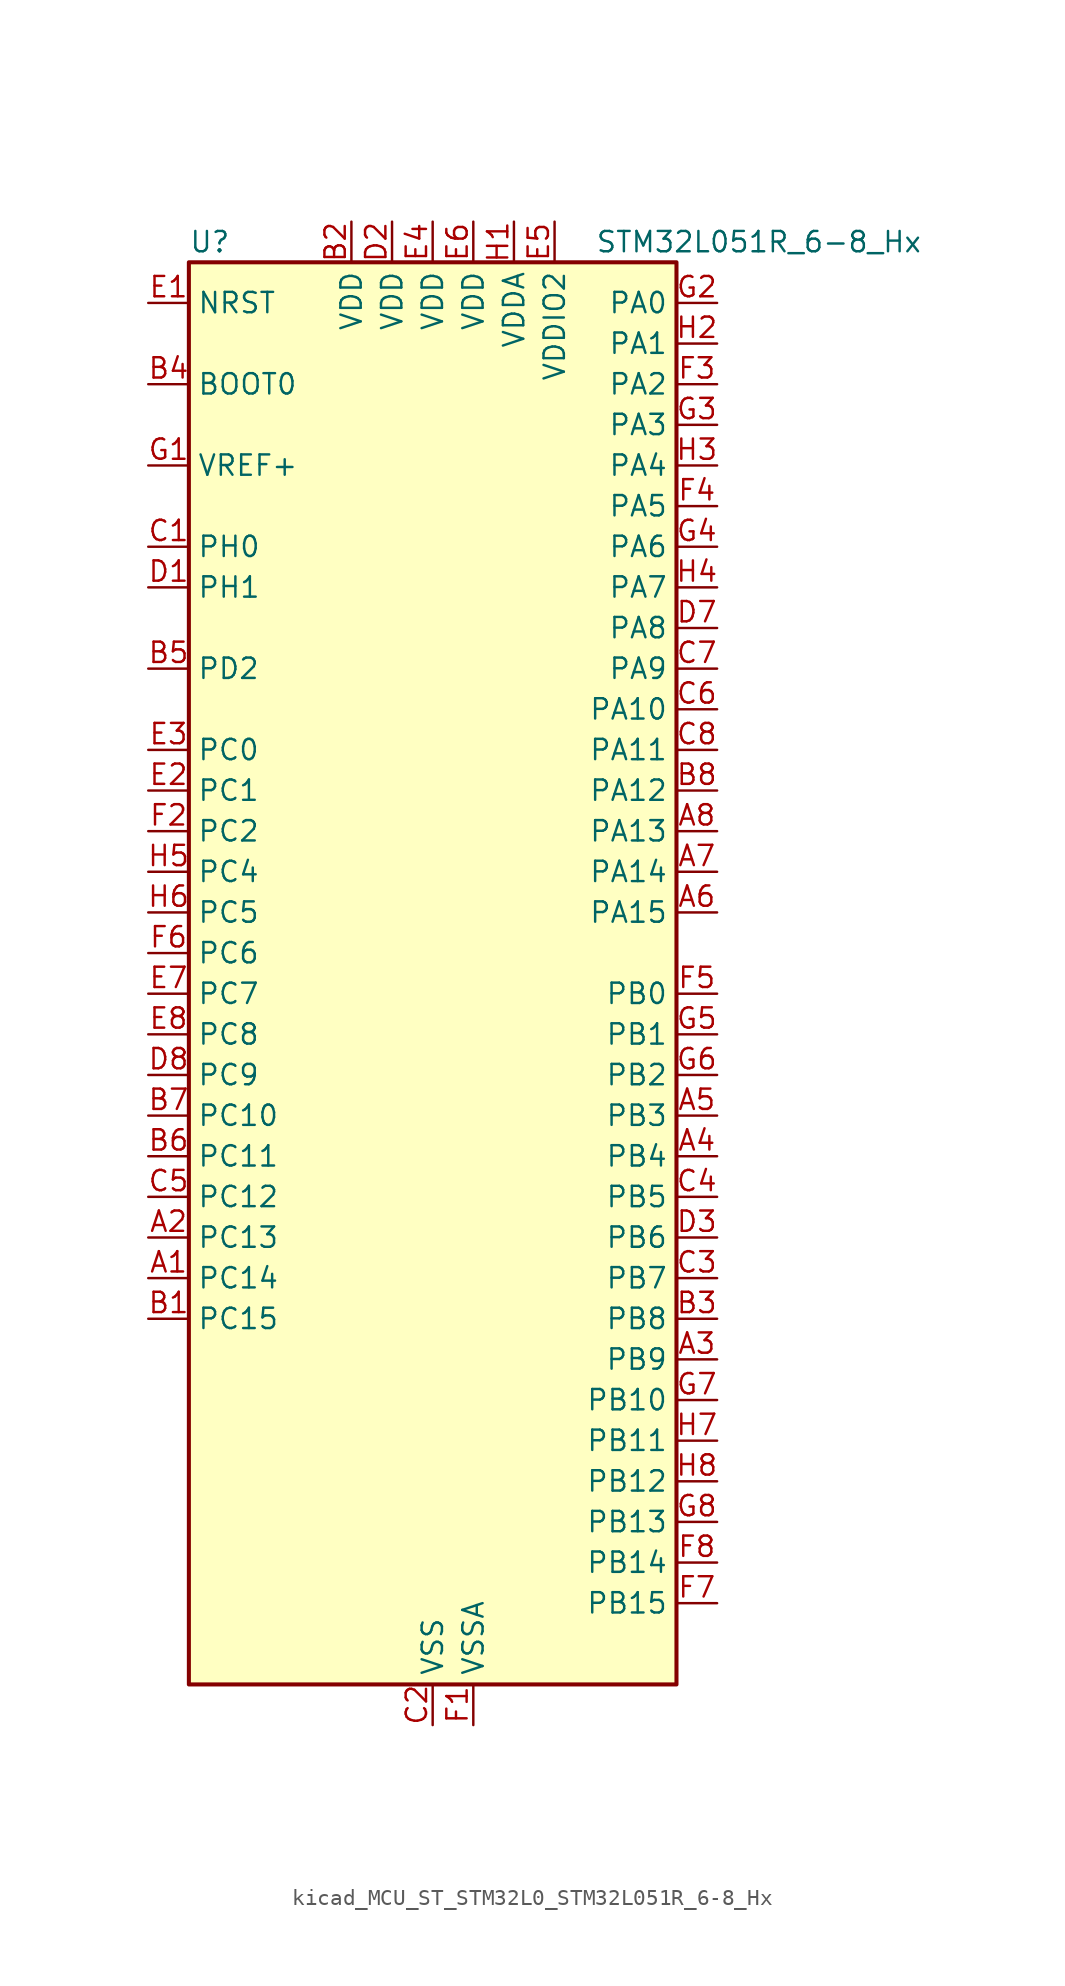
<source format=kicad_sym>
(kicad_symbol_lib
  (version 20220914)
  (generator kicad_symbol_editor)
  (symbol "kicad_MCU_ST_STM32L0_STM32L051R_6-8_Hx"
    (property "Reference" "U"
      (at -15.24 46.99 0)
      (effects (font (size 1.27 1.27)) (justify left)))
    (property "Value" "STM32L051R_6-8_Hx"
      (at 10.16 46.99 0)
      (effects (font (size 1.27 1.27)) (justify left)))
    (property "ki_locked" ""
      (at 0 0 0)
      (effects (font (size 1.27 1.27))))
    (symbol "kicad_MCU_ST_STM32L0_STM32L051R_6-8_Hx_0_1"
      (rectangle (start -15.24 -43.18) (end 15.24 45.72) (stroke (width 0.254) (type default)) (fill (type background))))
    (symbol "kicad_MCU_ST_STM32L0_STM32L051R_6-8_Hx_1_1"
      (pin bidirectional line (at -17.78 -17.78 0) (length 2.54) (name "PC14" (effects (font (size 1.27 1.27)))) (number "A1" (effects (font (size 1.27 1.27)))) (alternate "RCC_OSC32_IN" bidirectional line))
      (pin bidirectional line (at -17.78 -15.24 0) (length 2.54) (name "PC13" (effects (font (size 1.27 1.27)))) (number "A2" (effects (font (size 1.27 1.27)))) (alternate "RTC_OUT_ALARM" bidirectional line) (alternate "RTC_OUT_CALIB" bidirectional line) (alternate "RTC_TAMP1" bidirectional line) (alternate "RTC_TS" bidirectional line) (alternate "SYS_WKUP2" bidirectional line))
      (pin bidirectional line (at 17.78 -22.86 180) (length 2.54) (name "PB9" (effects (font (size 1.27 1.27)))) (number "A3" (effects (font (size 1.27 1.27)))) (alternate "I2C1_SDA" bidirectional line) (alternate "I2S2_WS" bidirectional line) (alternate "SPI2_NSS" bidirectional line))
      (pin bidirectional line (at 17.78 -10.16 180) (length 2.54) (name "PB4" (effects (font (size 1.27 1.27)))) (number "A4" (effects (font (size 1.27 1.27)))) (alternate "COMP2_INP" bidirectional line) (alternate "SPI1_MISO" bidirectional line) (alternate "TIM22_CH1" bidirectional line))
      (pin bidirectional line (at 17.78 -7.62 180) (length 2.54) (name "PB3" (effects (font (size 1.27 1.27)))) (number "A5" (effects (font (size 1.27 1.27)))) (alternate "COMP2_INM" bidirectional line) (alternate "SPI1_SCK" bidirectional line) (alternate "TIM2_CH2" bidirectional line))
      (pin bidirectional line (at 17.78 5.08 180) (length 2.54) (name "PA15" (effects (font (size 1.27 1.27)))) (number "A6" (effects (font (size 1.27 1.27)))) (alternate "SPI1_NSS" bidirectional line) (alternate "TIM2_CH1" bidirectional line) (alternate "TIM2_ETR" bidirectional line) (alternate "USART2_RX" bidirectional line))
      (pin bidirectional line (at 17.78 7.62 180) (length 2.54) (name "PA14" (effects (font (size 1.27 1.27)))) (number "A7" (effects (font (size 1.27 1.27)))) (alternate "SYS_SWCLK" bidirectional line) (alternate "USART2_TX" bidirectional line))
      (pin bidirectional line (at 17.78 10.16 180) (length 2.54) (name "PA13" (effects (font (size 1.27 1.27)))) (number "A8" (effects (font (size 1.27 1.27)))) (alternate "SYS_SWDIO" bidirectional line))
      (pin bidirectional line (at -17.78 -20.32 0) (length 2.54) (name "PC15" (effects (font (size 1.27 1.27)))) (number "B1" (effects (font (size 1.27 1.27)))) (alternate "RCC_OSC32_OUT" bidirectional line))
      (pin power_in line (at -5.08 48.26 270) (length 2.54) (name "VDD" (effects (font (size 1.27 1.27)))) (number "B2" (effects (font (size 1.27 1.27)))))
      (pin bidirectional line (at 17.78 -20.32 180) (length 2.54) (name "PB8" (effects (font (size 1.27 1.27)))) (number "B3" (effects (font (size 1.27 1.27)))) (alternate "I2C1_SCL" bidirectional line))
      (pin input line (at -17.78 38.1 0) (length 2.54) (name "BOOT0" (effects (font (size 1.27 1.27)))) (number "B4" (effects (font (size 1.27 1.27)))))
      (pin bidirectional line (at -17.78 20.32 0) (length 2.54) (name "PD2" (effects (font (size 1.27 1.27)))) (number "B5" (effects (font (size 1.27 1.27)))) (alternate "LPUART1_DE" bidirectional line) (alternate "LPUART1_RTS" bidirectional line))
      (pin bidirectional line (at -17.78 -10.16 0) (length 2.54) (name "PC11" (effects (font (size 1.27 1.27)))) (number "B6" (effects (font (size 1.27 1.27)))) (alternate "ADC_EXTI11" bidirectional line) (alternate "LPUART1_RX" bidirectional line))
      (pin bidirectional line (at -17.78 -7.62 0) (length 2.54) (name "PC10" (effects (font (size 1.27 1.27)))) (number "B7" (effects (font (size 1.27 1.27)))) (alternate "LPUART1_TX" bidirectional line))
      (pin bidirectional line (at 17.78 12.7 180) (length 2.54) (name "PA12" (effects (font (size 1.27 1.27)))) (number "B8" (effects (font (size 1.27 1.27)))) (alternate "COMP2_OUT" bidirectional line) (alternate "SPI1_MOSI" bidirectional line) (alternate "USART1_DE" bidirectional line) (alternate "USART1_RTS" bidirectional line))
      (pin bidirectional line (at -17.78 27.94 0) (length 2.54) (name "PH0" (effects (font (size 1.27 1.27)))) (number "C1" (effects (font (size 1.27 1.27)))) (alternate "RCC_OSC_IN" bidirectional line))
      (pin power_in line (at 0 -45.72 90) (length 2.54) (name "VSS" (effects (font (size 1.27 1.27)))) (number "C2" (effects (font (size 1.27 1.27)))))
      (pin bidirectional line (at 17.78 -17.78 180) (length 2.54) (name "PB7" (effects (font (size 1.27 1.27)))) (number "C3" (effects (font (size 1.27 1.27)))) (alternate "COMP2_INP" bidirectional line) (alternate "I2C1_SDA" bidirectional line) (alternate "LPTIM1_IN2" bidirectional line) (alternate "SYS_PVD_IN" bidirectional line) (alternate "USART1_RX" bidirectional line))
      (pin bidirectional line (at 17.78 -12.7 180) (length 2.54) (name "PB5" (effects (font (size 1.27 1.27)))) (number "C4" (effects (font (size 1.27 1.27)))) (alternate "COMP2_INP" bidirectional line) (alternate "I2C1_SMBA" bidirectional line) (alternate "LPTIM1_IN1" bidirectional line) (alternate "SPI1_MOSI" bidirectional line) (alternate "TIM22_CH2" bidirectional line))
      (pin bidirectional line (at -17.78 -12.7 0) (length 2.54) (name "PC12" (effects (font (size 1.27 1.27)))) (number "C5" (effects (font (size 1.27 1.27)))))
      (pin bidirectional line (at 17.78 17.78 180) (length 2.54) (name "PA10" (effects (font (size 1.27 1.27)))) (number "C6" (effects (font (size 1.27 1.27)))) (alternate "USART1_RX" bidirectional line))
      (pin bidirectional line (at 17.78 20.32 180) (length 2.54) (name "PA9" (effects (font (size 1.27 1.27)))) (number "C7" (effects (font (size 1.27 1.27)))) (alternate "RCC_MCO" bidirectional line) (alternate "USART1_TX" bidirectional line))
      (pin bidirectional line (at 17.78 15.24 180) (length 2.54) (name "PA11" (effects (font (size 1.27 1.27)))) (number "C8" (effects (font (size 1.27 1.27)))) (alternate "ADC_EXTI11" bidirectional line) (alternate "COMP1_OUT" bidirectional line) (alternate "SPI1_MISO" bidirectional line) (alternate "USART1_CTS" bidirectional line))
      (pin bidirectional line (at -17.78 25.4 0) (length 2.54) (name "PH1" (effects (font (size 1.27 1.27)))) (number "D1" (effects (font (size 1.27 1.27)))) (alternate "RCC_OSC_OUT" bidirectional line))
      (pin power_in line (at -2.54 48.26 270) (length 2.54) (name "VDD" (effects (font (size 1.27 1.27)))) (number "D2" (effects (font (size 1.27 1.27)))))
      (pin bidirectional line (at 17.78 -15.24 180) (length 2.54) (name "PB6" (effects (font (size 1.27 1.27)))) (number "D3" (effects (font (size 1.27 1.27)))) (alternate "COMP2_INP" bidirectional line) (alternate "I2C1_SCL" bidirectional line) (alternate "LPTIM1_ETR" bidirectional line) (alternate "USART1_TX" bidirectional line))
      (pin passive line (at 0 -45.72 90) (length 2.54) hide (name "VSS" (effects (font (size 1.27 1.27)))) (number "D4" (effects (font (size 1.27 1.27)))))
      (pin passive line (at 0 -45.72 90) (length 2.54) hide (name "VSS" (effects (font (size 1.27 1.27)))) (number "D5" (effects (font (size 1.27 1.27)))))
      (pin passive line (at 0 -45.72 90) (length 2.54) hide (name "VSS" (effects (font (size 1.27 1.27)))) (number "D6" (effects (font (size 1.27 1.27)))))
      (pin bidirectional line (at 17.78 22.86 180) (length 2.54) (name "PA8" (effects (font (size 1.27 1.27)))) (number "D7" (effects (font (size 1.27 1.27)))) (alternate "RCC_MCO" bidirectional line) (alternate "USART1_CK" bidirectional line))
      (pin bidirectional line (at -17.78 -5.08 0) (length 2.54) (name "PC9" (effects (font (size 1.27 1.27)))) (number "D8" (effects (font (size 1.27 1.27)))) (alternate "TIM21_ETR" bidirectional line))
      (pin input line (at -17.78 43.18 0) (length 2.54) (name "NRST" (effects (font (size 1.27 1.27)))) (number "E1" (effects (font (size 1.27 1.27)))))
      (pin bidirectional line (at -17.78 12.7 0) (length 2.54) (name "PC1" (effects (font (size 1.27 1.27)))) (number "E2" (effects (font (size 1.27 1.27)))) (alternate "ADC_IN11" bidirectional line) (alternate "LPTIM1_OUT" bidirectional line))
      (pin bidirectional line (at -17.78 15.24 0) (length 2.54) (name "PC0" (effects (font (size 1.27 1.27)))) (number "E3" (effects (font (size 1.27 1.27)))) (alternate "ADC_IN10" bidirectional line) (alternate "LPTIM1_IN1" bidirectional line))
      (pin power_in line (at 0 48.26 270) (length 2.54) (name "VDD" (effects (font (size 1.27 1.27)))) (number "E4" (effects (font (size 1.27 1.27)))))
      (pin power_in line (at 7.62 48.26 270) (length 2.54) (name "VDDIO2" (effects (font (size 1.27 1.27)))) (number "E5" (effects (font (size 1.27 1.27)))))
      (pin power_in line (at 2.54 48.26 270) (length 2.54) (name "VDD" (effects (font (size 1.27 1.27)))) (number "E6" (effects (font (size 1.27 1.27)))))
      (pin bidirectional line (at -17.78 0 0) (length 2.54) (name "PC7" (effects (font (size 1.27 1.27)))) (number "E7" (effects (font (size 1.27 1.27)))) (alternate "TIM22_CH2" bidirectional line))
      (pin bidirectional line (at -17.78 -2.54 0) (length 2.54) (name "PC8" (effects (font (size 1.27 1.27)))) (number "E8" (effects (font (size 1.27 1.27)))) (alternate "TIM22_ETR" bidirectional line))
      (pin power_in line (at 2.54 -45.72 90) (length 2.54) (name "VSSA" (effects (font (size 1.27 1.27)))) (number "F1" (effects (font (size 1.27 1.27)))))
      (pin bidirectional line (at -17.78 10.16 0) (length 2.54) (name "PC2" (effects (font (size 1.27 1.27)))) (number "F2" (effects (font (size 1.27 1.27)))) (alternate "ADC_IN12" bidirectional line) (alternate "I2S2_MCK" bidirectional line) (alternate "LPTIM1_IN2" bidirectional line) (alternate "SPI2_MISO" bidirectional line))
      (pin bidirectional line (at 17.78 38.1 180) (length 2.54) (name "PA2" (effects (font (size 1.27 1.27)))) (number "F3" (effects (font (size 1.27 1.27)))) (alternate "ADC_IN2" bidirectional line) (alternate "COMP2_INM" bidirectional line) (alternate "COMP2_OUT" bidirectional line) (alternate "TIM21_CH1" bidirectional line) (alternate "TIM2_CH3" bidirectional line) (alternate "USART2_TX" bidirectional line))
      (pin bidirectional line (at 17.78 30.48 180) (length 2.54) (name "PA5" (effects (font (size 1.27 1.27)))) (number "F4" (effects (font (size 1.27 1.27)))) (alternate "ADC_IN5" bidirectional line) (alternate "COMP1_INM" bidirectional line) (alternate "COMP2_INM" bidirectional line) (alternate "SPI1_SCK" bidirectional line) (alternate "TIM2_CH1" bidirectional line) (alternate "TIM2_ETR" bidirectional line))
      (pin bidirectional line (at 17.78 0 180) (length 2.54) (name "PB0" (effects (font (size 1.27 1.27)))) (number "F5" (effects (font (size 1.27 1.27)))) (alternate "ADC_IN8" bidirectional line) (alternate "SYS_VREF_OUT_PB0" bidirectional line))
      (pin bidirectional line (at -17.78 2.54 0) (length 2.54) (name "PC6" (effects (font (size 1.27 1.27)))) (number "F6" (effects (font (size 1.27 1.27)))) (alternate "TIM22_CH1" bidirectional line))
      (pin bidirectional line (at 17.78 -38.1 180) (length 2.54) (name "PB15" (effects (font (size 1.27 1.27)))) (number "F7" (effects (font (size 1.27 1.27)))) (alternate "I2S2_SD" bidirectional line) (alternate "RTC_REFIN" bidirectional line) (alternate "SPI2_MOSI" bidirectional line))
      (pin bidirectional line (at 17.78 -35.56 180) (length 2.54) (name "PB14" (effects (font (size 1.27 1.27)))) (number "F8" (effects (font (size 1.27 1.27)))) (alternate "I2C2_SDA" bidirectional line) (alternate "I2S2_MCK" bidirectional line) (alternate "LPUART1_DE" bidirectional line) (alternate "LPUART1_RTS" bidirectional line) (alternate "RTC_OUT_ALARM" bidirectional line) (alternate "RTC_OUT_CALIB" bidirectional line) (alternate "SPI2_MISO" bidirectional line) (alternate "TIM21_CH2" bidirectional line))
      (pin input line (at -17.78 33.02 0) (length 2.54) (name "VREF+" (effects (font (size 1.27 1.27)))) (number "G1" (effects (font (size 1.27 1.27)))))
      (pin bidirectional line (at 17.78 43.18 180) (length 2.54) (name "PA0" (effects (font (size 1.27 1.27)))) (number "G2" (effects (font (size 1.27 1.27)))) (alternate "ADC_IN0" bidirectional line) (alternate "COMP1_INM" bidirectional line) (alternate "COMP1_OUT" bidirectional line) (alternate "RTC_TAMP2" bidirectional line) (alternate "SYS_WKUP1" bidirectional line) (alternate "TIM2_CH1" bidirectional line) (alternate "TIM2_ETR" bidirectional line) (alternate "USART2_CTS" bidirectional line))
      (pin bidirectional line (at 17.78 35.56 180) (length 2.54) (name "PA3" (effects (font (size 1.27 1.27)))) (number "G3" (effects (font (size 1.27 1.27)))) (alternate "ADC_IN3" bidirectional line) (alternate "COMP2_INP" bidirectional line) (alternate "TIM21_CH2" bidirectional line) (alternate "TIM2_CH4" bidirectional line) (alternate "USART2_RX" bidirectional line))
      (pin bidirectional line (at 17.78 27.94 180) (length 2.54) (name "PA6" (effects (font (size 1.27 1.27)))) (number "G4" (effects (font (size 1.27 1.27)))) (alternate "ADC_IN6" bidirectional line) (alternate "COMP1_OUT" bidirectional line) (alternate "LPUART1_CTS" bidirectional line) (alternate "SPI1_MISO" bidirectional line) (alternate "TIM22_CH1" bidirectional line))
      (pin bidirectional line (at 17.78 -2.54 180) (length 2.54) (name "PB1" (effects (font (size 1.27 1.27)))) (number "G5" (effects (font (size 1.27 1.27)))) (alternate "ADC_IN9" bidirectional line) (alternate "LPUART1_DE" bidirectional line) (alternate "LPUART1_RTS" bidirectional line) (alternate "SYS_VREF_OUT_PB1" bidirectional line))
      (pin bidirectional line (at 17.78 -5.08 180) (length 2.54) (name "PB2" (effects (font (size 1.27 1.27)))) (number "G6" (effects (font (size 1.27 1.27)))) (alternate "LPTIM1_OUT" bidirectional line))
      (pin bidirectional line (at 17.78 -25.4 180) (length 2.54) (name "PB10" (effects (font (size 1.27 1.27)))) (number "G7" (effects (font (size 1.27 1.27)))) (alternate "I2C2_SCL" bidirectional line) (alternate "LPUART1_TX" bidirectional line) (alternate "SPI2_SCK" bidirectional line) (alternate "TIM2_CH3" bidirectional line))
      (pin bidirectional line (at 17.78 -33.02 180) (length 2.54) (name "PB13" (effects (font (size 1.27 1.27)))) (number "G8" (effects (font (size 1.27 1.27)))) (alternate "I2C2_SCL" bidirectional line) (alternate "I2S2_CK" bidirectional line) (alternate "LPUART1_CTS" bidirectional line) (alternate "SPI2_SCK" bidirectional line) (alternate "TIM21_CH1" bidirectional line))
      (pin power_in line (at 5.08 48.26 270) (length 2.54) (name "VDDA" (effects (font (size 1.27 1.27)))) (number "H1" (effects (font (size 1.27 1.27)))))
      (pin bidirectional line (at 17.78 40.64 180) (length 2.54) (name "PA1" (effects (font (size 1.27 1.27)))) (number "H2" (effects (font (size 1.27 1.27)))) (alternate "ADC_IN1" bidirectional line) (alternate "COMP1_INP" bidirectional line) (alternate "TIM21_ETR" bidirectional line) (alternate "TIM2_CH2" bidirectional line) (alternate "USART2_DE" bidirectional line) (alternate "USART2_RTS" bidirectional line))
      (pin bidirectional line (at 17.78 33.02 180) (length 2.54) (name "PA4" (effects (font (size 1.27 1.27)))) (number "H3" (effects (font (size 1.27 1.27)))) (alternate "ADC_IN4" bidirectional line) (alternate "COMP1_INM" bidirectional line) (alternate "COMP2_INM" bidirectional line) (alternate "SPI1_NSS" bidirectional line) (alternate "TIM22_ETR" bidirectional line) (alternate "USART2_CK" bidirectional line))
      (pin bidirectional line (at 17.78 25.4 180) (length 2.54) (name "PA7" (effects (font (size 1.27 1.27)))) (number "H4" (effects (font (size 1.27 1.27)))) (alternate "ADC_IN7" bidirectional line) (alternate "COMP2_OUT" bidirectional line) (alternate "SPI1_MOSI" bidirectional line) (alternate "TIM22_CH2" bidirectional line))
      (pin bidirectional line (at -17.78 7.62 0) (length 2.54) (name "PC4" (effects (font (size 1.27 1.27)))) (number "H5" (effects (font (size 1.27 1.27)))) (alternate "ADC_IN14" bidirectional line) (alternate "LPUART1_TX" bidirectional line))
      (pin bidirectional line (at -17.78 5.08 0) (length 2.54) (name "PC5" (effects (font (size 1.27 1.27)))) (number "H6" (effects (font (size 1.27 1.27)))) (alternate "ADC_IN15" bidirectional line) (alternate "LPUART1_RX" bidirectional line))
      (pin bidirectional line (at 17.78 -27.94 180) (length 2.54) (name "PB11" (effects (font (size 1.27 1.27)))) (number "H7" (effects (font (size 1.27 1.27)))) (alternate "ADC_EXTI11" bidirectional line) (alternate "I2C2_SDA" bidirectional line) (alternate "LPUART1_RX" bidirectional line) (alternate "TIM2_CH4" bidirectional line))
      (pin bidirectional line (at 17.78 -30.48 180) (length 2.54) (name "PB12" (effects (font (size 1.27 1.27)))) (number "H8" (effects (font (size 1.27 1.27)))) (alternate "I2S2_WS" bidirectional line) (alternate "LPUART1_DE" bidirectional line) (alternate "LPUART1_RTS" bidirectional line) (alternate "SPI2_NSS" bidirectional line)))))
</source>
